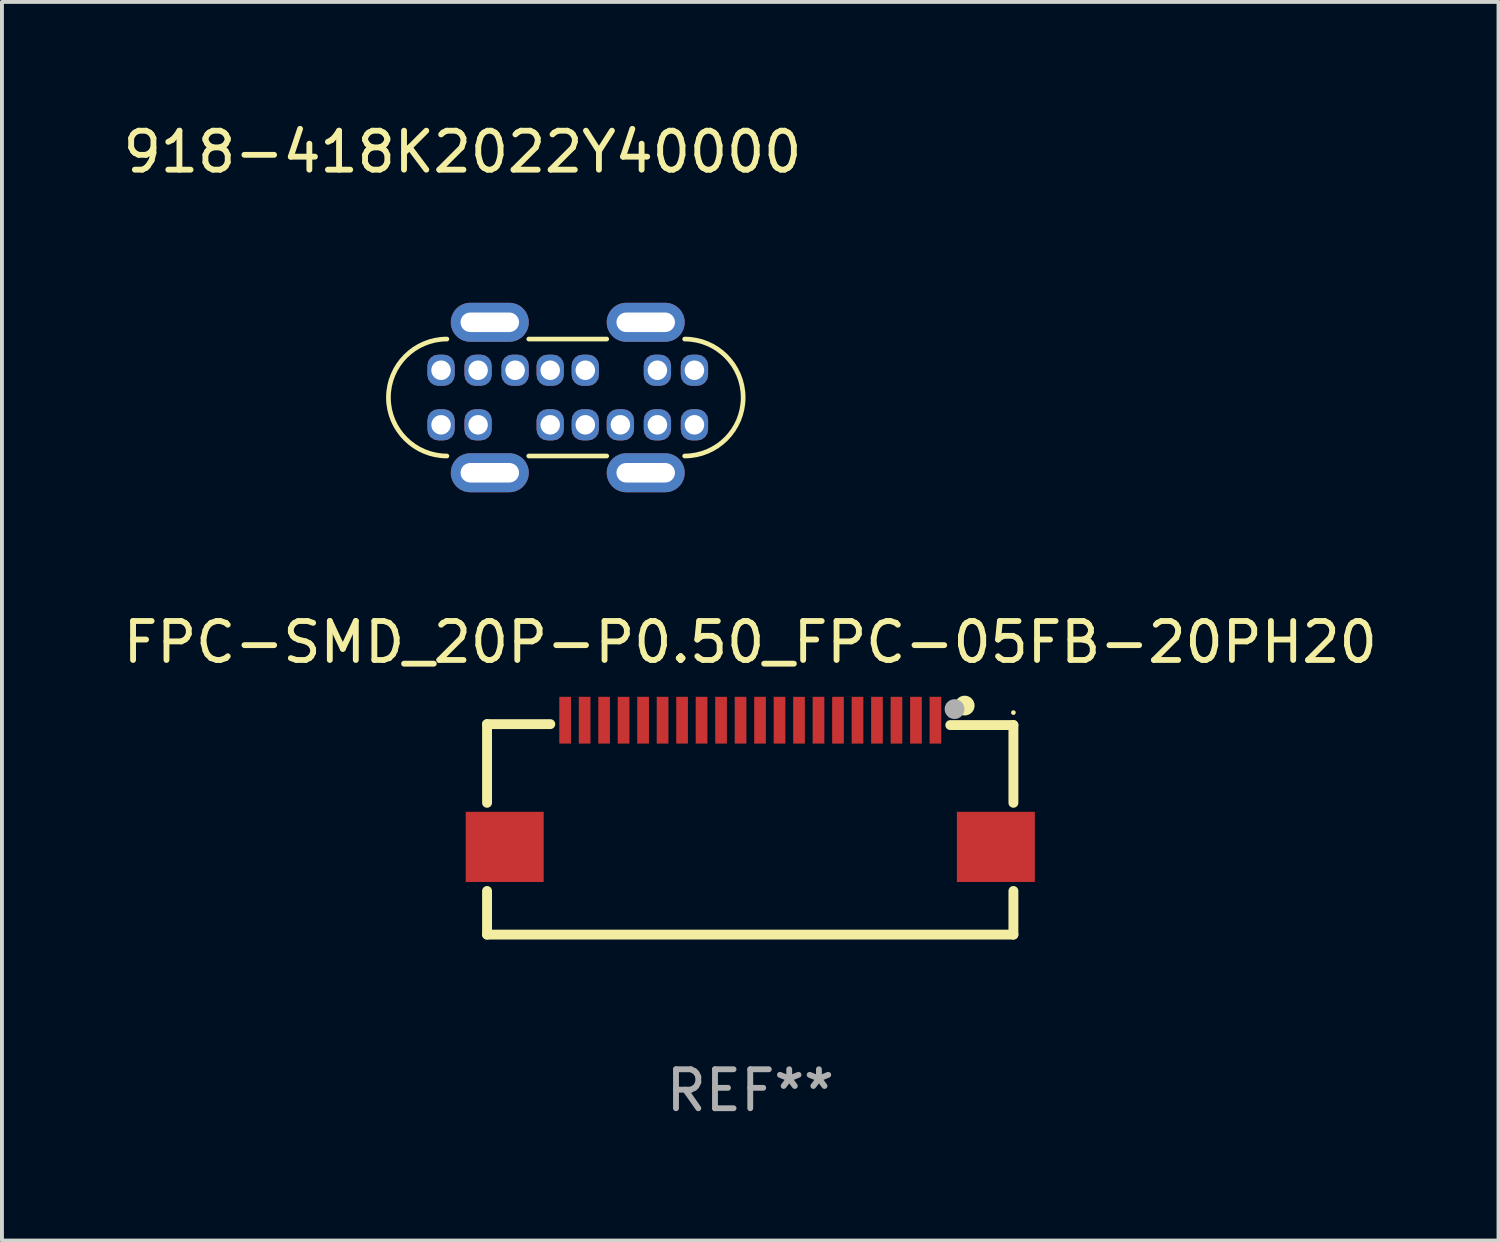
<source format=kicad_pcb>
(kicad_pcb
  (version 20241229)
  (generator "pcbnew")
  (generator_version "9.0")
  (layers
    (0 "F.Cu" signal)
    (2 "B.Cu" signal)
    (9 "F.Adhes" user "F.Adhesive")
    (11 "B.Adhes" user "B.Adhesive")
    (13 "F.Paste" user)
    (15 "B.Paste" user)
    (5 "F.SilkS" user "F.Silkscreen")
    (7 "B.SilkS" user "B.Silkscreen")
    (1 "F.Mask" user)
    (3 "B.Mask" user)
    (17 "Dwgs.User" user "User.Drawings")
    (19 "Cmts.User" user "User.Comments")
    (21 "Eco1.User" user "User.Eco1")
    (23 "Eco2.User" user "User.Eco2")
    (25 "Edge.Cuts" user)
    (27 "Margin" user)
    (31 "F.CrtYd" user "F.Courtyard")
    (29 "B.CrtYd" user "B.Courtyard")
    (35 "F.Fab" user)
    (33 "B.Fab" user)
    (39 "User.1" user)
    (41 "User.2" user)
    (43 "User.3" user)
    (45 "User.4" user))
  (footprint "918-418K2022Y40000"
    (layer "F.Cu")
    (at 11.515 7.148)
    (property "Reference" "918-418K2022Y40000" (at -2.7 -6.3 0) (layer "F.SilkS") (effects (font (size 1 1) (thickness 0.15))))
    (attr through_hole)
    (fp_line (start -1 -1.5) (end 1 -1.5) (stroke (width 0.12) (type solid)) (layer "F.SilkS"))
    (fp_line (start -1 1.5) (end 1 1.5) (stroke (width 0.12) (type solid)) (layer "F.SilkS"))
    (fp_arc (start -3.1 1.5) (mid -4.6 0) (end -3.1 -1.5) (stroke (width 0.12) (type solid)) (layer "F.SilkS"))
    (fp_arc (start 3 -1.5) (mid 4.5 0) (end 3 1.5) (stroke (width 0.12) (type solid)) (layer "F.SilkS"))
    (pad "A1" thru_hole roundrect (at -3.25 -0.7) (size 0.7 0.8) (drill 0.5) (layers "*.Cu" "*.Mask") (roundrect_rratio 0.4))
    (pad "A1" thru_hole roundrect (at -3.25 0.7) (size 0.7 0.8) (drill 0.5) (layers "*.Cu" "*.Mask") (roundrect_rratio 0.4))
    (pad "A1" thru_hole roundrect (at 3.25 -0.7) (size 0.7 0.8) (drill 0.5) (layers "*.Cu" "*.Mask") (roundrect_rratio 0.4))
    (pad "A1" thru_hole roundrect (at 3.25 0.7) (size 0.7 0.8) (drill 0.5) (layers "*.Cu" "*.Mask") (roundrect_rratio 0.4))
    (pad "A4" thru_hole roundrect (at -2.3 -0.7) (size 0.7 0.8) (drill 0.5) (layers "*.Cu" "*.Mask") (roundrect_rratio 0.4))
    (pad "A4" thru_hole roundrect (at -2.3 0.7) (size 0.7 0.8) (drill 0.5) (layers "*.Cu" "*.Mask") (roundrect_rratio 0.4))
    (pad "A4" thru_hole roundrect (at 2.3 -0.7) (size 0.7 0.8) (drill 0.5) (layers "*.Cu" "*.Mask") (roundrect_rratio 0.4))
    (pad "A4" thru_hole roundrect (at 2.3 0.7) (size 0.7 0.8) (drill 0.5) (layers "*.Cu" "*.Mask") (roundrect_rratio 0.4))
    (pad "A5" thru_hole roundrect (at -1.35 -0.7) (size 0.7 0.8) (drill 0.5) (layers "*.Cu" "*.Mask") (roundrect_rratio 0.4))
    (pad "A6" thru_hole roundrect (at -0.45 -0.7) (size 0.7 0.8) (drill 0.5) (layers "*.Cu" "*.Mask") (roundrect_rratio 0.4))
    (pad "A7" thru_hole roundrect (at 0.45 -0.7) (size 0.7 0.8) (drill 0.5) (layers "*.Cu" "*.Mask") (roundrect_rratio 0.4))
    (pad "B5" thru_hole roundrect (at 1.35 0.7) (size 0.7 0.8) (drill 0.5) (layers "*.Cu" "*.Mask") (roundrect_rratio 0.4))
    (pad "B6" thru_hole roundrect (at 0.45 0.7) (size 0.7 0.8) (drill 0.5) (layers "*.Cu" "*.Mask") (roundrect_rratio 0.4))
    (pad "B7" thru_hole roundrect (at -0.45 0.7) (size 0.7 0.8) (drill 0.5) (layers "*.Cu" "*.Mask") (roundrect_rratio 0.4))
    (pad "S1" thru_hole oval (at -2 -1.93) (size 2 1) (drill oval 1.5 0.5) (layers "*.Cu" "*.Mask"))
    (pad "S1" thru_hole oval (at -2 1.93) (size 2 1) (drill oval 1.5 0.5) (layers "*.Cu" "*.Mask"))
    (pad "S1" thru_hole oval (at 2 -1.93) (size 2 1) (drill oval 1.5 0.5) (layers "*.Cu" "*.Mask"))
    (pad "S1" thru_hole oval (at 2 1.93) (size 2 1) (drill oval 1.5 0.5) (layers "*.Cu" "*.Mask")))
  (footprint "FPC-SMD_20P-P0.50_FPC-05FB-20PH20"
    (layer "F.Cu")
    (at 16.198 17.051)
    (property "Reference" "FPC-SMD_20P-P0.50_FPC-05FB-20PH20" (at -0.001 -3.625 0) (layer "F.SilkS") (effects (font (size 1 1) (thickness 0.15))))
    (attr through_hole)
    (fp_line (start -6.753 -1.524) (end -5.131 -1.524) (stroke (width 0.254) (type solid)) (layer "F.SilkS"))
    (fp_line (start -6.753 0.494) (end -6.753 -1.524) (stroke (width 0.254) (type solid)) (layer "F.SilkS"))
    (fp_line (start -6.753 3.875) (end -6.753 2.756) (stroke (width 0.254) (type solid)) (layer "F.SilkS"))
    (fp_line (start 6.75 -1.5) (end 5.131 -1.5) (stroke (width 0.254) (type solid)) (layer "F.SilkS"))
    (fp_line (start 6.75 0.494) (end 6.75 -1.5) (stroke (width 0.254) (type solid)) (layer "F.SilkS"))
    (fp_line (start 6.75 3.875) (end -6.753 3.875) (stroke (width 0.254) (type solid)) (layer "F.SilkS"))
    (fp_line (start 6.75 3.875) (end 6.75 2.756) (stroke (width 0.254) (type solid)) (layer "F.SilkS"))
    (fp_circle (center 5.5 -2) (end 5.627 -2) (stroke (width 0.254) (type solid)) (fill no) (layer "F.SilkS"))
    (fp_circle (center 6.75 -1.82) (end 6.78 -1.82) (stroke (width 0.06) (type solid)) (fill no) (layer "F.SilkS"))
    (fp_circle (center 5.24 -1.91) (end 5.367 -1.91) (stroke (width 0.254) (type solid)) (fill no) (layer "F.Fab"))
    (fp_text user "REF**" (at -0.001 7.875 0) (layer "F.Fab") (effects (font (size 1 1) (thickness 0.15))))
    (pad "1" smd rect (at 4.75 -1.625) (size 0.3 1.2) (layers "F.Cu" "F.Mask" "F.Paste"))
    (pad "2" smd rect (at 4.25 -1.625) (size 0.3 1.2) (layers "F.Cu" "F.Mask" "F.Paste"))
    (pad "3" smd rect (at 3.75 -1.625) (size 0.3 1.2) (layers "F.Cu" "F.Mask" "F.Paste"))
    (pad "4" smd rect (at 3.25 -1.625) (size 0.3 1.2) (layers "F.Cu" "F.Mask" "F.Paste"))
    (pad "5" smd rect (at 2.75 -1.625) (size 0.3 1.2) (layers "F.Cu" "F.Mask" "F.Paste"))
    (pad "6" smd rect (at 2.25 -1.625) (size 0.3 1.2) (layers "F.Cu" "F.Mask" "F.Paste"))
    (pad "7" smd rect (at 1.75 -1.625) (size 0.3 1.2) (layers "F.Cu" "F.Mask" "F.Paste"))
    (pad "8" smd rect (at 1.25 -1.625) (size 0.3 1.2) (layers "F.Cu" "F.Mask" "F.Paste"))
    (pad "9" smd rect (at 0.75 -1.625) (size 0.3 1.2) (layers "F.Cu" "F.Mask" "F.Paste"))
    (pad "10" smd rect (at 0.25 -1.625) (size 0.3 1.2) (layers "F.Cu" "F.Mask" "F.Paste"))
    (pad "11" smd rect (at -0.25 -1.625) (size 0.3 1.2) (layers "F.Cu" "F.Mask" "F.Paste"))
    (pad "12" smd rect (at -0.75 -1.625) (size 0.3 1.2) (layers "F.Cu" "F.Mask" "F.Paste"))
    (pad "13" smd rect (at -1.25 -1.625) (size 0.3 1.2) (layers "F.Cu" "F.Mask" "F.Paste"))
    (pad "14" smd rect (at -1.75 -1.625) (size 0.3 1.2) (layers "F.Cu" "F.Mask" "F.Paste"))
    (pad "15" smd rect (at -2.25 -1.625) (size 0.3 1.2) (layers "F.Cu" "F.Mask" "F.Paste"))
    (pad "16" smd rect (at -2.75 -1.625) (size 0.3 1.2) (layers "F.Cu" "F.Mask" "F.Paste"))
    (pad "17" smd rect (at -3.25 -1.625) (size 0.3 1.2) (layers "F.Cu" "F.Mask" "F.Paste"))
    (pad "18" smd rect (at -3.75 -1.625) (size 0.3 1.2) (layers "F.Cu" "F.Mask" "F.Paste"))
    (pad "19" smd rect (at -4.25 -1.625) (size 0.3 1.2) (layers "F.Cu" "F.Mask" "F.Paste"))
    (pad "20" smd rect (at -4.75 -1.625) (size 0.3 1.2) (layers "F.Cu" "F.Mask" "F.Paste"))
    (pad "21" smd rect (at -6.3 1.625) (size 2 1.8) (layers "F.Cu" "F.Mask" "F.Paste"))
    (pad "22" smd rect (at 6.3 1.625) (size 2 1.8) (layers "F.Cu" "F.Mask" "F.Paste")))
  (gr_rect
    (start -3 -3)
    (end 35.393 28.775)
    (stroke (width 0.1) (type default))
    (fill no)
    (layer "Edge.Cuts")))
</source>
